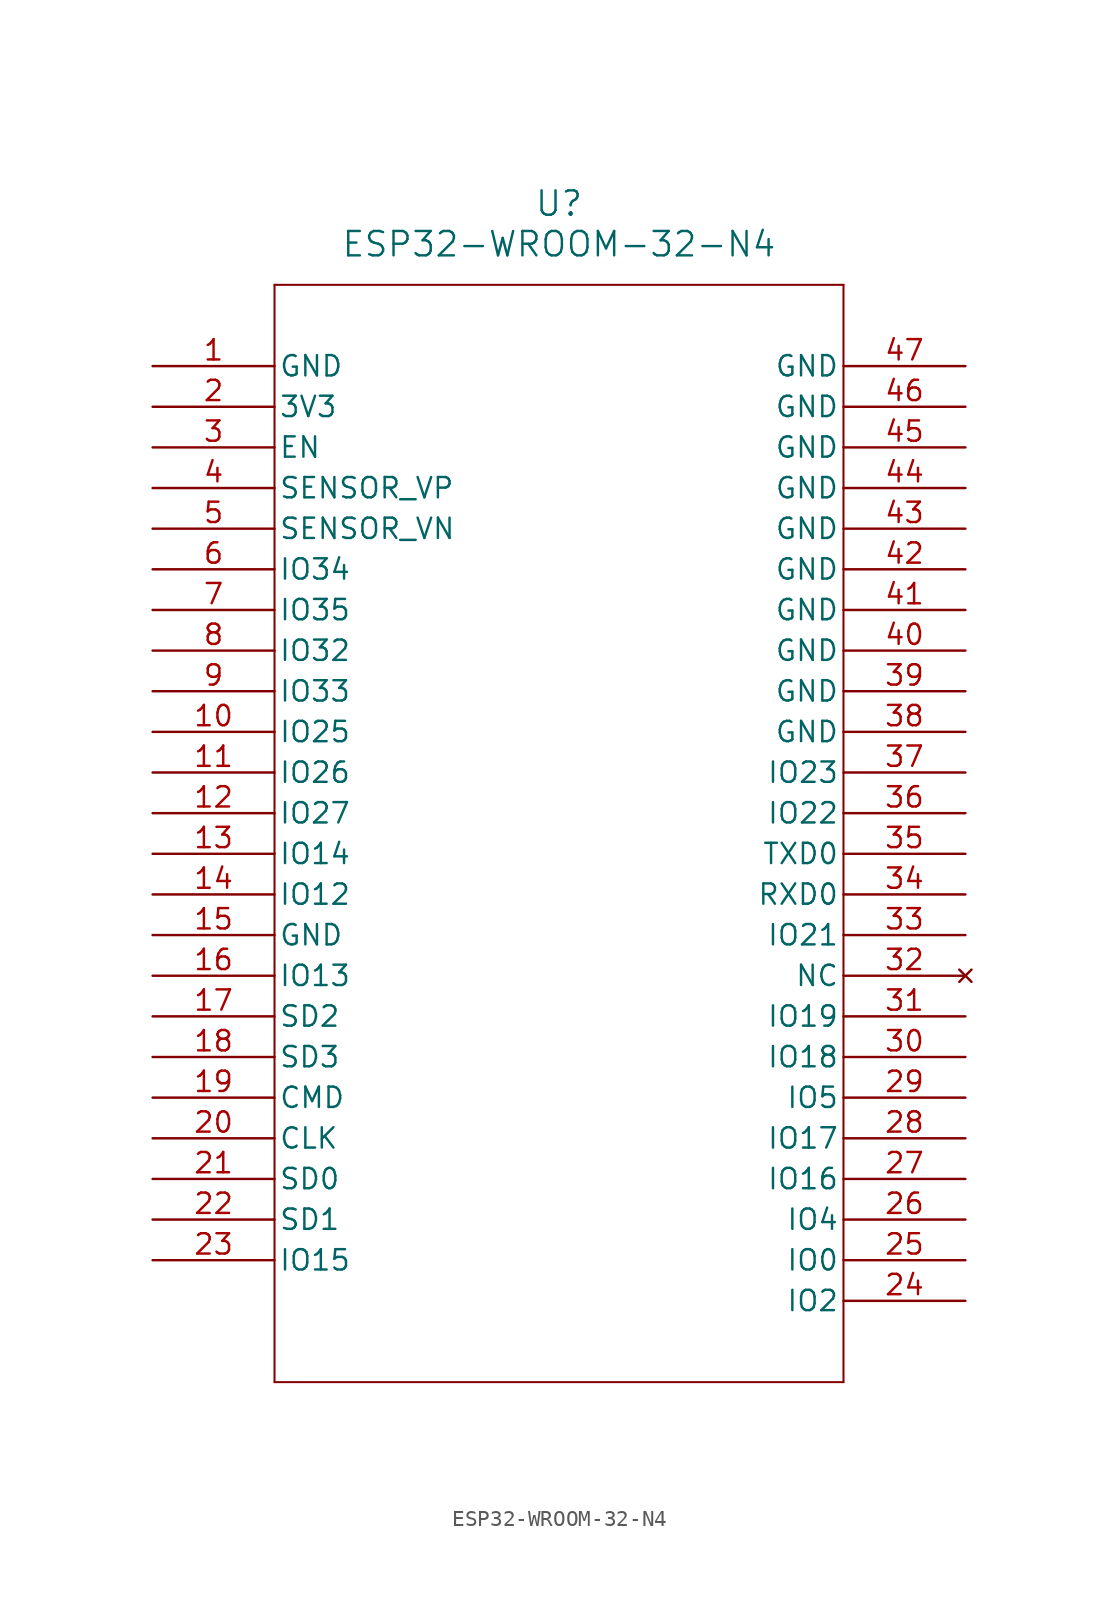
<source format=kicad_sym>
(kicad_symbol_lib
  (version 20211014)
  (generator kicad_symbol_editor)
  (symbol "ESP32-WROOM-32-N4"
    (pin_names
      (offset 0.254))
    (property "Reference" "U"
      (at 25.4 10.16 0)
      (effects (font (size 1.524 1.524))))
    (property "Value" "ESP32-WROOM-32-N4"
      (at 25.4 7.62 0)
      (effects (font (size 1.524 1.524))))
    (symbol "ESP32-WROOM-32-N4_0_1"
      (polyline (pts (xy 7.62 5.08) (xy 7.62 -63.5)) (stroke (width 0.127) (type default) (color 0 0 0 0)) (fill (type none)))
      (polyline (pts (xy 7.62 -63.5) (xy 43.18 -63.5)) (stroke (width 0.127) (type default) (color 0 0 0 0)) (fill (type none)))
      (polyline (pts (xy 43.18 -63.5) (xy 43.18 5.08)) (stroke (width 0.127) (type default) (color 0 0 0 0)) (fill (type none)))
      (polyline (pts (xy 43.18 5.08) (xy 7.62 5.08)) (stroke (width 0.127) (type default) (color 0 0 0 0)) (fill (type none)))
      (pin power_out line (at 0 0 0) (length 7.62) (name "GND" (effects (font (size 1.27 1.27)))) (number "1" (effects (font (size 1.27 1.27)))))
      (pin power_in line (at 0 -2.54 0) (length 7.62) (name "3V3" (effects (font (size 1.27 1.27)))) (number "2" (effects (font (size 1.27 1.27)))))
      (pin input line (at 0 -5.08 0) (length 7.62) (name "EN" (effects (font (size 1.27 1.27)))) (number "3" (effects (font (size 1.27 1.27)))))
      (pin input line (at 0 -7.62 0) (length 7.62) (name "SENSOR_VP" (effects (font (size 1.27 1.27)))) (number "4" (effects (font (size 1.27 1.27)))))
      (pin input line (at 0 -10.16 0) (length 7.62) (name "SENSOR_VN" (effects (font (size 1.27 1.27)))) (number "5" (effects (font (size 1.27 1.27)))))
      (pin input line (at 0 -12.7 0) (length 7.62) (name "IO34" (effects (font (size 1.27 1.27)))) (number "6" (effects (font (size 1.27 1.27)))))
      (pin input line (at 0 -15.24 0) (length 7.62) (name "IO35" (effects (font (size 1.27 1.27)))) (number "7" (effects (font (size 1.27 1.27)))))
      (pin bidirectional line (at 0 -17.78 0) (length 7.62) (name "IO32" (effects (font (size 1.27 1.27)))) (number "8" (effects (font (size 1.27 1.27)))))
      (pin bidirectional line (at 0 -20.32 0) (length 7.62) (name "IO33" (effects (font (size 1.27 1.27)))) (number "9" (effects (font (size 1.27 1.27)))))
      (pin bidirectional line (at 0 -22.86 0) (length 7.62) (name "IO25" (effects (font (size 1.27 1.27)))) (number "10" (effects (font (size 1.27 1.27)))))
      (pin bidirectional line (at 0 -25.4 0) (length 7.62) (name "IO26" (effects (font (size 1.27 1.27)))) (number "11" (effects (font (size 1.27 1.27)))))
      (pin bidirectional line (at 0 -27.94 0) (length 7.62) (name "IO27" (effects (font (size 1.27 1.27)))) (number "12" (effects (font (size 1.27 1.27)))))
      (pin bidirectional line (at 0 -30.48 0) (length 7.62) (name "IO14" (effects (font (size 1.27 1.27)))) (number "13" (effects (font (size 1.27 1.27)))))
      (pin bidirectional line (at 0 -33.02 0) (length 7.62) (name "IO12" (effects (font (size 1.27 1.27)))) (number "14" (effects (font (size 1.27 1.27)))))
      (pin power_out line (at 0 -35.56 0) (length 7.62) (name "GND" (effects (font (size 1.27 1.27)))) (number "15" (effects (font (size 1.27 1.27)))))
      (pin bidirectional line (at 0 -38.1 0) (length 7.62) (name "IO13" (effects (font (size 1.27 1.27)))) (number "16" (effects (font (size 1.27 1.27)))))
      (pin bidirectional line (at 0 -40.64 0) (length 7.62) (name "SD2" (effects (font (size 1.27 1.27)))) (number "17" (effects (font (size 1.27 1.27)))))
      (pin bidirectional line (at 0 -43.18 0) (length 7.62) (name "SD3" (effects (font (size 1.27 1.27)))) (number "18" (effects (font (size 1.27 1.27)))))
      (pin bidirectional line (at 0 -45.72 0) (length 7.62) (name "CMD" (effects (font (size 1.27 1.27)))) (number "19" (effects (font (size 1.27 1.27)))))
      (pin bidirectional line (at 0 -48.26 0) (length 7.62) (name "CLK" (effects (font (size 1.27 1.27)))) (number "20" (effects (font (size 1.27 1.27)))))
      (pin bidirectional line (at 0 -50.8 0) (length 7.62) (name "SD0" (effects (font (size 1.27 1.27)))) (number "21" (effects (font (size 1.27 1.27)))))
      (pin bidirectional line (at 0 -53.34 0) (length 7.62) (name "SD1" (effects (font (size 1.27 1.27)))) (number "22" (effects (font (size 1.27 1.27)))))
      (pin bidirectional line (at 0 -55.88 0) (length 7.62) (name "IO15" (effects (font (size 1.27 1.27)))) (number "23" (effects (font (size 1.27 1.27)))))
      (pin bidirectional line (at 50.8 -58.42 180) (length 7.62) (name "IO2" (effects (font (size 1.27 1.27)))) (number "24" (effects (font (size 1.27 1.27)))))
      (pin bidirectional line (at 50.8 -55.88 180) (length 7.62) (name "IO0" (effects (font (size 1.27 1.27)))) (number "25" (effects (font (size 1.27 1.27)))))
      (pin bidirectional line (at 50.8 -53.34 180) (length 7.62) (name "IO4" (effects (font (size 1.27 1.27)))) (number "26" (effects (font (size 1.27 1.27)))))
      (pin bidirectional line (at 50.8 -50.8 180) (length 7.62) (name "IO16" (effects (font (size 1.27 1.27)))) (number "27" (effects (font (size 1.27 1.27)))))
      (pin bidirectional line (at 50.8 -48.26 180) (length 7.62) (name "IO17" (effects (font (size 1.27 1.27)))) (number "28" (effects (font (size 1.27 1.27)))))
      (pin bidirectional line (at 50.8 -45.72 180) (length 7.62) (name "IO5" (effects (font (size 1.27 1.27)))) (number "29" (effects (font (size 1.27 1.27)))))
      (pin bidirectional line (at 50.8 -43.18 180) (length 7.62) (name "IO18" (effects (font (size 1.27 1.27)))) (number "30" (effects (font (size 1.27 1.27)))))
      (pin bidirectional line (at 50.8 -40.64 180) (length 7.62) (name "IO19" (effects (font (size 1.27 1.27)))) (number "31" (effects (font (size 1.27 1.27)))))
      (pin no_connect line (at 50.8 -38.1 180) (length 7.62) (name "NC" (effects (font (size 1.27 1.27)))) (number "32" (effects (font (size 1.27 1.27)))))
      (pin bidirectional line (at 50.8 -35.56 180) (length 7.62) (name "IO21" (effects (font (size 1.27 1.27)))) (number "33" (effects (font (size 1.27 1.27)))))
      (pin bidirectional line (at 50.8 -33.02 180) (length 7.62) (name "RXD0" (effects (font (size 1.27 1.27)))) (number "34" (effects (font (size 1.27 1.27)))))
      (pin bidirectional line (at 50.8 -30.48 180) (length 7.62) (name "TXD0" (effects (font (size 1.27 1.27)))) (number "35" (effects (font (size 1.27 1.27)))))
      (pin bidirectional line (at 50.8 -27.94 180) (length 7.62) (name "IO22" (effects (font (size 1.27 1.27)))) (number "36" (effects (font (size 1.27 1.27)))))
      (pin bidirectional line (at 50.8 -25.4 180) (length 7.62) (name "IO23" (effects (font (size 1.27 1.27)))) (number "37" (effects (font (size 1.27 1.27)))))
      (pin power_out line (at 50.8 -22.86 180) (length 7.62) (name "GND" (effects (font (size 1.27 1.27)))) (number "38" (effects (font (size 1.27 1.27)))))
      (pin power_out line (at 50.8 -20.32 180) (length 7.62) (name "GND" (effects (font (size 1.27 1.27)))) (number "39" (effects (font (size 1.27 1.27)))))
      (pin power_out line (at 50.8 -17.78 180) (length 7.62) (name "GND" (effects (font (size 1.27 1.27)))) (number "40" (effects (font (size 1.27 1.27)))))
      (pin power_out line (at 50.8 -15.24 180) (length 7.62) (name "GND" (effects (font (size 1.27 1.27)))) (number "41" (effects (font (size 1.27 1.27)))))
      (pin power_out line (at 50.8 -12.7 180) (length 7.62) (name "GND" (effects (font (size 1.27 1.27)))) (number "42" (effects (font (size 1.27 1.27)))))
      (pin power_out line (at 50.8 -10.16 180) (length 7.62) (name "GND" (effects (font (size 1.27 1.27)))) (number "43" (effects (font (size 1.27 1.27)))))
      (pin power_out line (at 50.8 -7.62 180) (length 7.62) (name "GND" (effects (font (size 1.27 1.27)))) (number "44" (effects (font (size 1.27 1.27)))))
      (pin power_out line (at 50.8 -5.08 180) (length 7.62) (name "GND" (effects (font (size 1.27 1.27)))) (number "45" (effects (font (size 1.27 1.27)))))
      (pin power_out line (at 50.8 -2.54 180) (length 7.62) (name "GND" (effects (font (size 1.27 1.27)))) (number "46" (effects (font (size 1.27 1.27)))))
      (pin power_out line (at 50.8 0 180) (length 7.62) (name "GND" (effects (font (size 1.27 1.27)))) (number "47" (effects (font (size 1.27 1.27))))))))
</source>
